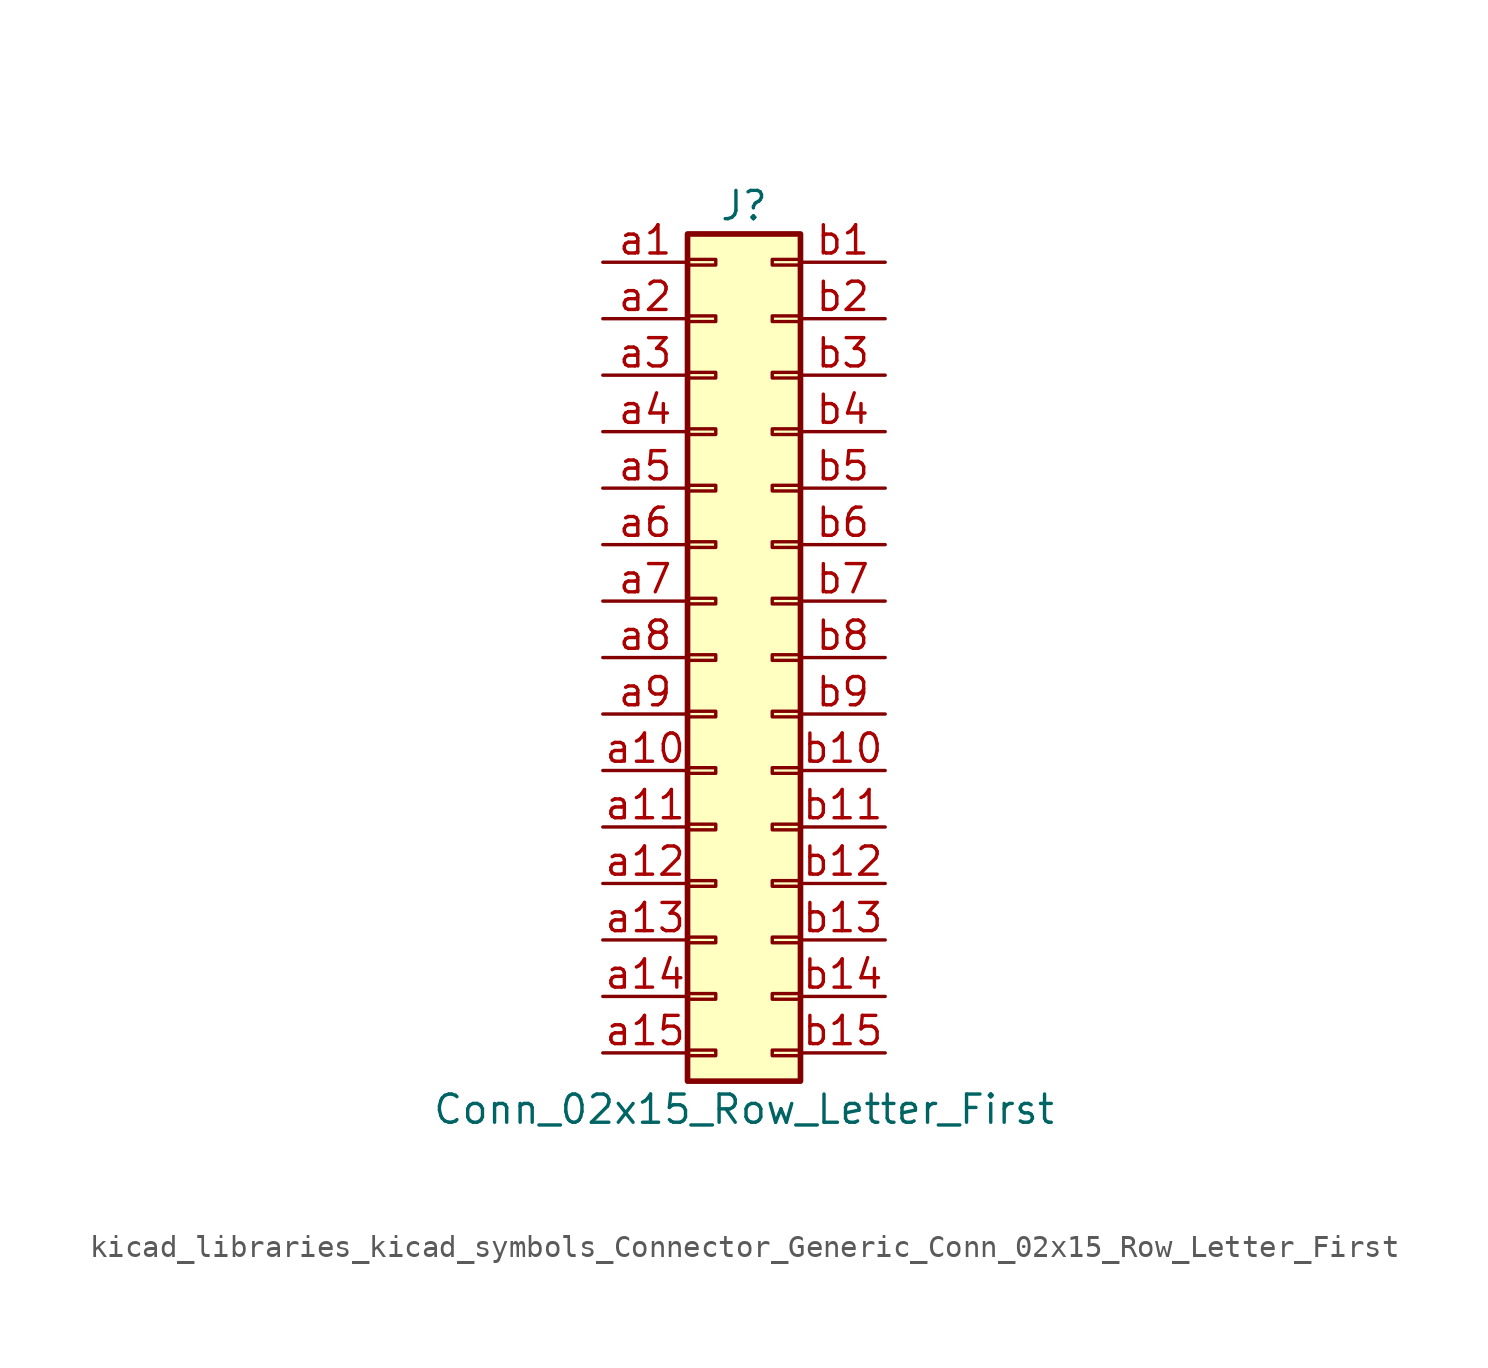
<source format=kicad_sym>
(kicad_symbol_lib
  (version 20220914)
  (generator kicad_symbol_editor)
  (symbol "kicad_libraries_kicad_symbols_Connector_Generic_Conn_02x15_Row_Letter_First"
    (pin_names
      (offset 1.016) hide)
    (property "Reference" "J"
      (at 1.27 20.32 0)
      (effects (font (size 1.27 1.27))))
    (property "Value" "Conn_02x15_Row_Letter_First"
      (at 1.27 -20.32 0)
      (effects (font (size 1.27 1.27))))
    (symbol "kicad_libraries_kicad_symbols_Connector_Generic_Conn_02x15_Row_Letter_First_1_1"
      (rectangle (start -1.27 -17.653) (end 0 -17.907) (stroke (width 0.152) (type default)) (fill (type none)))
      (rectangle (start -1.27 -15.113) (end 0 -15.367) (stroke (width 0.152) (type default)) (fill (type none)))
      (rectangle (start -1.27 -12.573) (end 0 -12.827) (stroke (width 0.152) (type default)) (fill (type none)))
      (rectangle (start -1.27 -10.033) (end 0 -10.287) (stroke (width 0.152) (type default)) (fill (type none)))
      (rectangle (start -1.27 -7.493) (end 0 -7.747) (stroke (width 0.152) (type default)) (fill (type none)))
      (rectangle (start -1.27 -4.953) (end 0 -5.207) (stroke (width 0.152) (type default)) (fill (type none)))
      (rectangle (start -1.27 -2.413) (end 0 -2.667) (stroke (width 0.152) (type default)) (fill (type none)))
      (rectangle (start -1.27 0.127) (end 0 -0.127) (stroke (width 0.152) (type default)) (fill (type none)))
      (rectangle (start -1.27 2.667) (end 0 2.413) (stroke (width 0.152) (type default)) (fill (type none)))
      (rectangle (start -1.27 5.207) (end 0 4.953) (stroke (width 0.152) (type default)) (fill (type none)))
      (rectangle (start -1.27 7.747) (end 0 7.493) (stroke (width 0.152) (type default)) (fill (type none)))
      (rectangle (start -1.27 10.287) (end 0 10.033) (stroke (width 0.152) (type default)) (fill (type none)))
      (rectangle (start -1.27 12.827) (end 0 12.573) (stroke (width 0.152) (type default)) (fill (type none)))
      (rectangle (start -1.27 15.367) (end 0 15.113) (stroke (width 0.152) (type default)) (fill (type none)))
      (rectangle (start -1.27 17.907) (end 0 17.653) (stroke (width 0.152) (type default)) (fill (type none)))
      (rectangle (start -1.27 19.05) (end 3.81 -19.05) (stroke (width 0.254) (type default)) (fill (type background)))
      (rectangle (start 3.81 -17.653) (end 2.54 -17.907) (stroke (width 0.152) (type default)) (fill (type none)))
      (rectangle (start 3.81 -15.113) (end 2.54 -15.367) (stroke (width 0.152) (type default)) (fill (type none)))
      (rectangle (start 3.81 -12.573) (end 2.54 -12.827) (stroke (width 0.152) (type default)) (fill (type none)))
      (rectangle (start 3.81 -10.033) (end 2.54 -10.287) (stroke (width 0.152) (type default)) (fill (type none)))
      (rectangle (start 3.81 -7.493) (end 2.54 -7.747) (stroke (width 0.152) (type default)) (fill (type none)))
      (rectangle (start 3.81 -4.953) (end 2.54 -5.207) (stroke (width 0.152) (type default)) (fill (type none)))
      (rectangle (start 3.81 -2.413) (end 2.54 -2.667) (stroke (width 0.152) (type default)) (fill (type none)))
      (rectangle (start 3.81 0.127) (end 2.54 -0.127) (stroke (width 0.152) (type default)) (fill (type none)))
      (rectangle (start 3.81 2.667) (end 2.54 2.413) (stroke (width 0.152) (type default)) (fill (type none)))
      (rectangle (start 3.81 5.207) (end 2.54 4.953) (stroke (width 0.152) (type default)) (fill (type none)))
      (rectangle (start 3.81 7.747) (end 2.54 7.493) (stroke (width 0.152) (type default)) (fill (type none)))
      (rectangle (start 3.81 10.287) (end 2.54 10.033) (stroke (width 0.152) (type default)) (fill (type none)))
      (rectangle (start 3.81 12.827) (end 2.54 12.573) (stroke (width 0.152) (type default)) (fill (type none)))
      (rectangle (start 3.81 15.367) (end 2.54 15.113) (stroke (width 0.152) (type default)) (fill (type none)))
      (rectangle (start 3.81 17.907) (end 2.54 17.653) (stroke (width 0.152) (type default)) (fill (type none)))
      (pin passive line (at -5.08 17.78 0) (length 3.81) (name "Pin_a1" (effects (font (size 1.27 1.27)))) (number "a1" (effects (font (size 1.27 1.27)))))
      (pin passive line (at -5.08 -5.08 0) (length 3.81) (name "Pin_a10" (effects (font (size 1.27 1.27)))) (number "a10" (effects (font (size 1.27 1.27)))))
      (pin passive line (at -5.08 -7.62 0) (length 3.81) (name "Pin_a11" (effects (font (size 1.27 1.27)))) (number "a11" (effects (font (size 1.27 1.27)))))
      (pin passive line (at -5.08 -10.16 0) (length 3.81) (name "Pin_a12" (effects (font (size 1.27 1.27)))) (number "a12" (effects (font (size 1.27 1.27)))))
      (pin passive line (at -5.08 -12.7 0) (length 3.81) (name "Pin_a13" (effects (font (size 1.27 1.27)))) (number "a13" (effects (font (size 1.27 1.27)))))
      (pin passive line (at -5.08 -15.24 0) (length 3.81) (name "Pin_a14" (effects (font (size 1.27 1.27)))) (number "a14" (effects (font (size 1.27 1.27)))))
      (pin passive line (at -5.08 -17.78 0) (length 3.81) (name "Pin_a15" (effects (font (size 1.27 1.27)))) (number "a15" (effects (font (size 1.27 1.27)))))
      (pin passive line (at -5.08 15.24 0) (length 3.81) (name "Pin_a2" (effects (font (size 1.27 1.27)))) (number "a2" (effects (font (size 1.27 1.27)))))
      (pin passive line (at -5.08 12.7 0) (length 3.81) (name "Pin_a3" (effects (font (size 1.27 1.27)))) (number "a3" (effects (font (size 1.27 1.27)))))
      (pin passive line (at -5.08 10.16 0) (length 3.81) (name "Pin_a4" (effects (font (size 1.27 1.27)))) (number "a4" (effects (font (size 1.27 1.27)))))
      (pin passive line (at -5.08 7.62 0) (length 3.81) (name "Pin_a5" (effects (font (size 1.27 1.27)))) (number "a5" (effects (font (size 1.27 1.27)))))
      (pin passive line (at -5.08 5.08 0) (length 3.81) (name "Pin_a6" (effects (font (size 1.27 1.27)))) (number "a6" (effects (font (size 1.27 1.27)))))
      (pin passive line (at -5.08 2.54 0) (length 3.81) (name "Pin_a7" (effects (font (size 1.27 1.27)))) (number "a7" (effects (font (size 1.27 1.27)))))
      (pin passive line (at -5.08 0 0) (length 3.81) (name "Pin_a8" (effects (font (size 1.27 1.27)))) (number "a8" (effects (font (size 1.27 1.27)))))
      (pin passive line (at -5.08 -2.54 0) (length 3.81) (name "Pin_a9" (effects (font (size 1.27 1.27)))) (number "a9" (effects (font (size 1.27 1.27)))))
      (pin passive line (at 7.62 17.78 180) (length 3.81) (name "Pin_b1" (effects (font (size 1.27 1.27)))) (number "b1" (effects (font (size 1.27 1.27)))))
      (pin passive line (at 7.62 -5.08 180) (length 3.81) (name "Pin_b10" (effects (font (size 1.27 1.27)))) (number "b10" (effects (font (size 1.27 1.27)))))
      (pin passive line (at 7.62 -7.62 180) (length 3.81) (name "Pin_b11" (effects (font (size 1.27 1.27)))) (number "b11" (effects (font (size 1.27 1.27)))))
      (pin passive line (at 7.62 -10.16 180) (length 3.81) (name "Pin_b12" (effects (font (size 1.27 1.27)))) (number "b12" (effects (font (size 1.27 1.27)))))
      (pin passive line (at 7.62 -12.7 180) (length 3.81) (name "Pin_b13" (effects (font (size 1.27 1.27)))) (number "b13" (effects (font (size 1.27 1.27)))))
      (pin passive line (at 7.62 -15.24 180) (length 3.81) (name "Pin_b14" (effects (font (size 1.27 1.27)))) (number "b14" (effects (font (size 1.27 1.27)))))
      (pin passive line (at 7.62 -17.78 180) (length 3.81) (name "Pin_b15" (effects (font (size 1.27 1.27)))) (number "b15" (effects (font (size 1.27 1.27)))))
      (pin passive line (at 7.62 15.24 180) (length 3.81) (name "Pin_b2" (effects (font (size 1.27 1.27)))) (number "b2" (effects (font (size 1.27 1.27)))))
      (pin passive line (at 7.62 12.7 180) (length 3.81) (name "Pin_b3" (effects (font (size 1.27 1.27)))) (number "b3" (effects (font (size 1.27 1.27)))))
      (pin passive line (at 7.62 10.16 180) (length 3.81) (name "Pin_b4" (effects (font (size 1.27 1.27)))) (number "b4" (effects (font (size 1.27 1.27)))))
      (pin passive line (at 7.62 7.62 180) (length 3.81) (name "Pin_b5" (effects (font (size 1.27 1.27)))) (number "b5" (effects (font (size 1.27 1.27)))))
      (pin passive line (at 7.62 5.08 180) (length 3.81) (name "Pin_b6" (effects (font (size 1.27 1.27)))) (number "b6" (effects (font (size 1.27 1.27)))))
      (pin passive line (at 7.62 2.54 180) (length 3.81) (name "Pin_b7" (effects (font (size 1.27 1.27)))) (number "b7" (effects (font (size 1.27 1.27)))))
      (pin passive line (at 7.62 0 180) (length 3.81) (name "Pin_b8" (effects (font (size 1.27 1.27)))) (number "b8" (effects (font (size 1.27 1.27)))))
      (pin passive line (at 7.62 -2.54 180) (length 3.81) (name "Pin_b9" (effects (font (size 1.27 1.27)))) (number "b9" (effects (font (size 1.27 1.27))))))))
</source>
